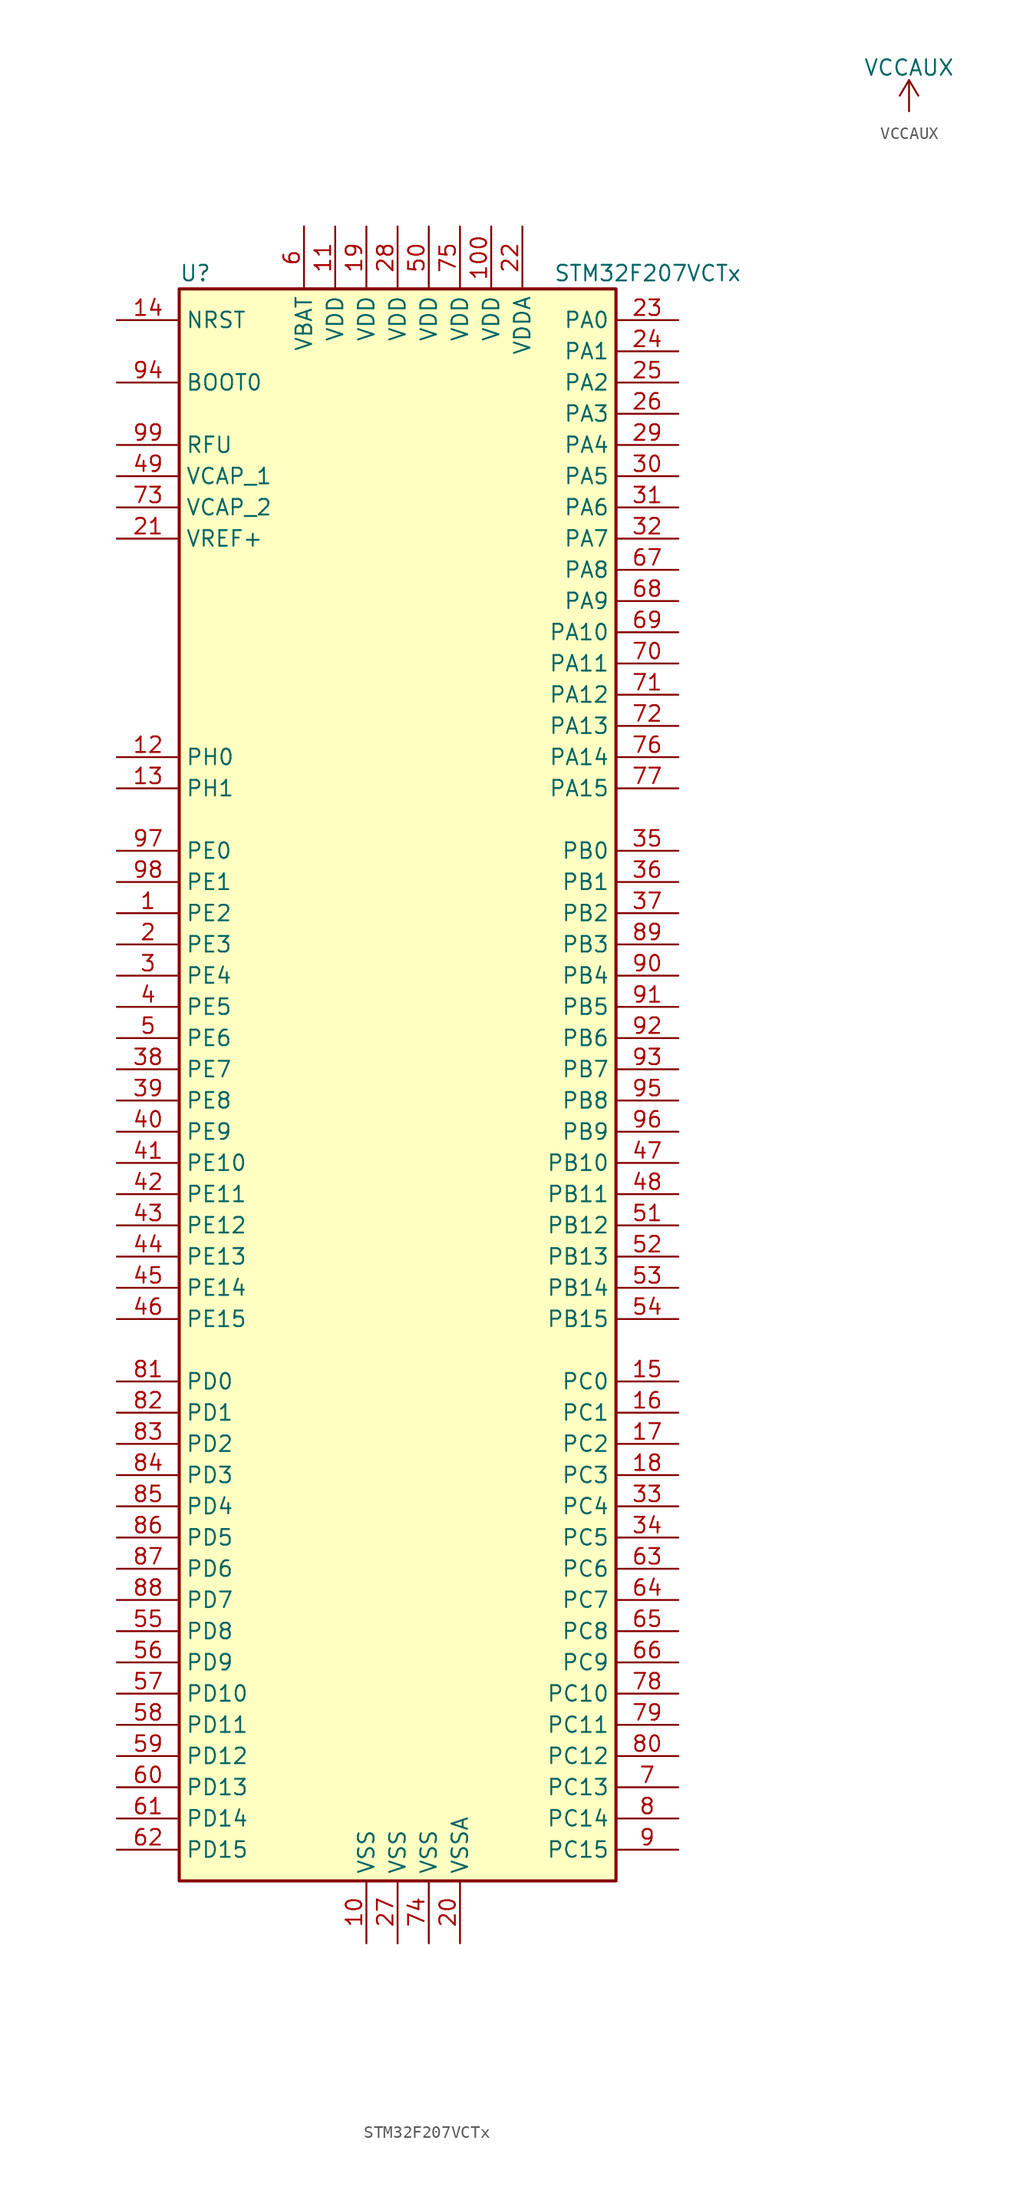
<source format=kicad_sym>
(kicad_symbol_lib
  (version 20211014)
  (generator kicad_symbol_editor)
  (symbol "STM32F207VCTx"
    (property "Reference" "U"
      (at -17.78 64.77 0)
      (effects (font (size 1.27 1.27)) (justify left)))
    (property "Value" "STM32F207VCTx"
      (at 12.7 64.77 0)
      (effects (font (size 1.27 1.27)) (justify left)))
    (symbol "STM32F207VCTx_0_1"
      (rectangle (start -17.78 -66.04) (end 17.78 63.5) (stroke (width 0.254) (type default) (color 0 0 0 0)) (fill (type background))))
    (symbol "STM32F207VCTx_1_1"
      (pin bidirectional line (at -22.86 12.7 0) (length 5.08) (name "PE2" (effects (font (size 1.27 1.27)))) (number "1" (effects (font (size 1.27 1.27)))))
      (pin power_in line (at -2.54 -71.12 90) (length 5.08) (name "VSS" (effects (font (size 1.27 1.27)))) (number "10" (effects (font (size 1.27 1.27)))))
      (pin power_in line (at 7.62 68.58 270) (length 5.08) (name "VDD" (effects (font (size 1.27 1.27)))) (number "100" (effects (font (size 1.27 1.27)))))
      (pin power_in line (at -5.08 68.58 270) (length 5.08) (name "VDD" (effects (font (size 1.27 1.27)))) (number "11" (effects (font (size 1.27 1.27)))))
      (pin input line (at -22.86 25.4 0) (length 5.08) (name "PH0" (effects (font (size 1.27 1.27)))) (number "12" (effects (font (size 1.27 1.27)))))
      (pin input line (at -22.86 22.86 0) (length 5.08) (name "PH1" (effects (font (size 1.27 1.27)))) (number "13" (effects (font (size 1.27 1.27)))))
      (pin input line (at -22.86 60.96 0) (length 5.08) (name "NRST" (effects (font (size 1.27 1.27)))) (number "14" (effects (font (size 1.27 1.27)))))
      (pin bidirectional line (at 22.86 -25.4 180) (length 5.08) (name "PC0" (effects (font (size 1.27 1.27)))) (number "15" (effects (font (size 1.27 1.27)))))
      (pin bidirectional line (at 22.86 -27.94 180) (length 5.08) (name "PC1" (effects (font (size 1.27 1.27)))) (number "16" (effects (font (size 1.27 1.27)))))
      (pin bidirectional line (at 22.86 -30.48 180) (length 5.08) (name "PC2" (effects (font (size 1.27 1.27)))) (number "17" (effects (font (size 1.27 1.27)))))
      (pin bidirectional line (at 22.86 -33.02 180) (length 5.08) (name "PC3" (effects (font (size 1.27 1.27)))) (number "18" (effects (font (size 1.27 1.27)))))
      (pin power_in line (at -2.54 68.58 270) (length 5.08) (name "VDD" (effects (font (size 1.27 1.27)))) (number "19" (effects (font (size 1.27 1.27)))))
      (pin bidirectional line (at -22.86 10.16 0) (length 5.08) (name "PE3" (effects (font (size 1.27 1.27)))) (number "2" (effects (font (size 1.27 1.27)))))
      (pin power_in line (at 5.08 -71.12 90) (length 5.08) (name "VSSA" (effects (font (size 1.27 1.27)))) (number "20" (effects (font (size 1.27 1.27)))))
      (pin power_in line (at -22.86 43.18 0) (length 5.08) (name "VREF+" (effects (font (size 1.27 1.27)))) (number "21" (effects (font (size 1.27 1.27)))))
      (pin power_in line (at 10.16 68.58 270) (length 5.08) (name "VDDA" (effects (font (size 1.27 1.27)))) (number "22" (effects (font (size 1.27 1.27)))))
      (pin bidirectional line (at 22.86 60.96 180) (length 5.08) (name "PA0" (effects (font (size 1.27 1.27)))) (number "23" (effects (font (size 1.27 1.27)))))
      (pin bidirectional line (at 22.86 58.42 180) (length 5.08) (name "PA1" (effects (font (size 1.27 1.27)))) (number "24" (effects (font (size 1.27 1.27)))))
      (pin bidirectional line (at 22.86 55.88 180) (length 5.08) (name "PA2" (effects (font (size 1.27 1.27)))) (number "25" (effects (font (size 1.27 1.27)))))
      (pin bidirectional line (at 22.86 53.34 180) (length 5.08) (name "PA3" (effects (font (size 1.27 1.27)))) (number "26" (effects (font (size 1.27 1.27)))))
      (pin power_in line (at 0 -71.12 90) (length 5.08) (name "VSS" (effects (font (size 1.27 1.27)))) (number "27" (effects (font (size 1.27 1.27)))))
      (pin power_in line (at 0 68.58 270) (length 5.08) (name "VDD" (effects (font (size 1.27 1.27)))) (number "28" (effects (font (size 1.27 1.27)))))
      (pin bidirectional line (at 22.86 50.8 180) (length 5.08) (name "PA4" (effects (font (size 1.27 1.27)))) (number "29" (effects (font (size 1.27 1.27)))))
      (pin bidirectional line (at -22.86 7.62 0) (length 5.08) (name "PE4" (effects (font (size 1.27 1.27)))) (number "3" (effects (font (size 1.27 1.27)))))
      (pin bidirectional line (at 22.86 48.26 180) (length 5.08) (name "PA5" (effects (font (size 1.27 1.27)))) (number "30" (effects (font (size 1.27 1.27)))))
      (pin bidirectional line (at 22.86 45.72 180) (length 5.08) (name "PA6" (effects (font (size 1.27 1.27)))) (number "31" (effects (font (size 1.27 1.27)))))
      (pin bidirectional line (at 22.86 43.18 180) (length 5.08) (name "PA7" (effects (font (size 1.27 1.27)))) (number "32" (effects (font (size 1.27 1.27)))))
      (pin bidirectional line (at 22.86 -35.56 180) (length 5.08) (name "PC4" (effects (font (size 1.27 1.27)))) (number "33" (effects (font (size 1.27 1.27)))))
      (pin bidirectional line (at 22.86 -38.1 180) (length 5.08) (name "PC5" (effects (font (size 1.27 1.27)))) (number "34" (effects (font (size 1.27 1.27)))))
      (pin bidirectional line (at 22.86 17.78 180) (length 5.08) (name "PB0" (effects (font (size 1.27 1.27)))) (number "35" (effects (font (size 1.27 1.27)))))
      (pin bidirectional line (at 22.86 15.24 180) (length 5.08) (name "PB1" (effects (font (size 1.27 1.27)))) (number "36" (effects (font (size 1.27 1.27)))))
      (pin bidirectional line (at 22.86 12.7 180) (length 5.08) (name "PB2" (effects (font (size 1.27 1.27)))) (number "37" (effects (font (size 1.27 1.27)))))
      (pin bidirectional line (at -22.86 0 0) (length 5.08) (name "PE7" (effects (font (size 1.27 1.27)))) (number "38" (effects (font (size 1.27 1.27)))))
      (pin bidirectional line (at -22.86 -2.54 0) (length 5.08) (name "PE8" (effects (font (size 1.27 1.27)))) (number "39" (effects (font (size 1.27 1.27)))))
      (pin bidirectional line (at -22.86 5.08 0) (length 5.08) (name "PE5" (effects (font (size 1.27 1.27)))) (number "4" (effects (font (size 1.27 1.27)))))
      (pin bidirectional line (at -22.86 -5.08 0) (length 5.08) (name "PE9" (effects (font (size 1.27 1.27)))) (number "40" (effects (font (size 1.27 1.27)))))
      (pin bidirectional line (at -22.86 -7.62 0) (length 5.08) (name "PE10" (effects (font (size 1.27 1.27)))) (number "41" (effects (font (size 1.27 1.27)))))
      (pin bidirectional line (at -22.86 -10.16 0) (length 5.08) (name "PE11" (effects (font (size 1.27 1.27)))) (number "42" (effects (font (size 1.27 1.27)))))
      (pin bidirectional line (at -22.86 -12.7 0) (length 5.08) (name "PE12" (effects (font (size 1.27 1.27)))) (number "43" (effects (font (size 1.27 1.27)))))
      (pin bidirectional line (at -22.86 -15.24 0) (length 5.08) (name "PE13" (effects (font (size 1.27 1.27)))) (number "44" (effects (font (size 1.27 1.27)))))
      (pin bidirectional line (at -22.86 -17.78 0) (length 5.08) (name "PE14" (effects (font (size 1.27 1.27)))) (number "45" (effects (font (size 1.27 1.27)))))
      (pin bidirectional line (at -22.86 -20.32 0) (length 5.08) (name "PE15" (effects (font (size 1.27 1.27)))) (number "46" (effects (font (size 1.27 1.27)))))
      (pin bidirectional line (at 22.86 -7.62 180) (length 5.08) (name "PB10" (effects (font (size 1.27 1.27)))) (number "47" (effects (font (size 1.27 1.27)))))
      (pin bidirectional line (at 22.86 -10.16 180) (length 5.08) (name "PB11" (effects (font (size 1.27 1.27)))) (number "48" (effects (font (size 1.27 1.27)))))
      (pin passive line (at -22.86 48.26 0) (length 5.08) (name "VCAP_1" (effects (font (size 1.27 1.27)))) (number "49" (effects (font (size 1.27 1.27)))))
      (pin bidirectional line (at -22.86 2.54 0) (length 5.08) (name "PE6" (effects (font (size 1.27 1.27)))) (number "5" (effects (font (size 1.27 1.27)))))
      (pin power_in line (at 2.54 68.58 270) (length 5.08) (name "VDD" (effects (font (size 1.27 1.27)))) (number "50" (effects (font (size 1.27 1.27)))))
      (pin bidirectional line (at 22.86 -12.7 180) (length 5.08) (name "PB12" (effects (font (size 1.27 1.27)))) (number "51" (effects (font (size 1.27 1.27)))))
      (pin bidirectional line (at 22.86 -15.24 180) (length 5.08) (name "PB13" (effects (font (size 1.27 1.27)))) (number "52" (effects (font (size 1.27 1.27)))))
      (pin bidirectional line (at 22.86 -17.78 180) (length 5.08) (name "PB14" (effects (font (size 1.27 1.27)))) (number "53" (effects (font (size 1.27 1.27)))))
      (pin bidirectional line (at 22.86 -20.32 180) (length 5.08) (name "PB15" (effects (font (size 1.27 1.27)))) (number "54" (effects (font (size 1.27 1.27)))))
      (pin bidirectional line (at -22.86 -45.72 0) (length 5.08) (name "PD8" (effects (font (size 1.27 1.27)))) (number "55" (effects (font (size 1.27 1.27)))))
      (pin bidirectional line (at -22.86 -48.26 0) (length 5.08) (name "PD9" (effects (font (size 1.27 1.27)))) (number "56" (effects (font (size 1.27 1.27)))))
      (pin bidirectional line (at -22.86 -50.8 0) (length 5.08) (name "PD10" (effects (font (size 1.27 1.27)))) (number "57" (effects (font (size 1.27 1.27)))))
      (pin bidirectional line (at -22.86 -53.34 0) (length 5.08) (name "PD11" (effects (font (size 1.27 1.27)))) (number "58" (effects (font (size 1.27 1.27)))))
      (pin bidirectional line (at -22.86 -55.88 0) (length 5.08) (name "PD12" (effects (font (size 1.27 1.27)))) (number "59" (effects (font (size 1.27 1.27)))))
      (pin power_in line (at -7.62 68.58 270) (length 5.08) (name "VBAT" (effects (font (size 1.27 1.27)))) (number "6" (effects (font (size 1.27 1.27)))))
      (pin bidirectional line (at -22.86 -58.42 0) (length 5.08) (name "PD13" (effects (font (size 1.27 1.27)))) (number "60" (effects (font (size 1.27 1.27)))))
      (pin bidirectional line (at -22.86 -60.96 0) (length 5.08) (name "PD14" (effects (font (size 1.27 1.27)))) (number "61" (effects (font (size 1.27 1.27)))))
      (pin bidirectional line (at -22.86 -63.5 0) (length 5.08) (name "PD15" (effects (font (size 1.27 1.27)))) (number "62" (effects (font (size 1.27 1.27)))))
      (pin bidirectional line (at 22.86 -40.64 180) (length 5.08) (name "PC6" (effects (font (size 1.27 1.27)))) (number "63" (effects (font (size 1.27 1.27)))))
      (pin bidirectional line (at 22.86 -43.18 180) (length 5.08) (name "PC7" (effects (font (size 1.27 1.27)))) (number "64" (effects (font (size 1.27 1.27)))))
      (pin bidirectional line (at 22.86 -45.72 180) (length 5.08) (name "PC8" (effects (font (size 1.27 1.27)))) (number "65" (effects (font (size 1.27 1.27)))))
      (pin bidirectional line (at 22.86 -48.26 180) (length 5.08) (name "PC9" (effects (font (size 1.27 1.27)))) (number "66" (effects (font (size 1.27 1.27)))))
      (pin bidirectional line (at 22.86 40.64 180) (length 5.08) (name "PA8" (effects (font (size 1.27 1.27)))) (number "67" (effects (font (size 1.27 1.27)))))
      (pin bidirectional line (at 22.86 38.1 180) (length 5.08) (name "PA9" (effects (font (size 1.27 1.27)))) (number "68" (effects (font (size 1.27 1.27)))))
      (pin bidirectional line (at 22.86 35.56 180) (length 5.08) (name "PA10" (effects (font (size 1.27 1.27)))) (number "69" (effects (font (size 1.27 1.27)))))
      (pin bidirectional line (at 22.86 -58.42 180) (length 5.08) (name "PC13" (effects (font (size 1.27 1.27)))) (number "7" (effects (font (size 1.27 1.27)))))
      (pin bidirectional line (at 22.86 33.02 180) (length 5.08) (name "PA11" (effects (font (size 1.27 1.27)))) (number "70" (effects (font (size 1.27 1.27)))))
      (pin bidirectional line (at 22.86 30.48 180) (length 5.08) (name "PA12" (effects (font (size 1.27 1.27)))) (number "71" (effects (font (size 1.27 1.27)))))
      (pin bidirectional line (at 22.86 27.94 180) (length 5.08) (name "PA13" (effects (font (size 1.27 1.27)))) (number "72" (effects (font (size 1.27 1.27)))))
      (pin passive line (at -22.86 45.72 0) (length 5.08) (name "VCAP_2" (effects (font (size 1.27 1.27)))) (number "73" (effects (font (size 1.27 1.27)))))
      (pin power_in line (at 2.54 -71.12 90) (length 5.08) (name "VSS" (effects (font (size 1.27 1.27)))) (number "74" (effects (font (size 1.27 1.27)))))
      (pin power_in line (at 5.08 68.58 270) (length 5.08) (name "VDD" (effects (font (size 1.27 1.27)))) (number "75" (effects (font (size 1.27 1.27)))))
      (pin bidirectional line (at 22.86 25.4 180) (length 5.08) (name "PA14" (effects (font (size 1.27 1.27)))) (number "76" (effects (font (size 1.27 1.27)))))
      (pin bidirectional line (at 22.86 22.86 180) (length 5.08) (name "PA15" (effects (font (size 1.27 1.27)))) (number "77" (effects (font (size 1.27 1.27)))))
      (pin bidirectional line (at 22.86 -50.8 180) (length 5.08) (name "PC10" (effects (font (size 1.27 1.27)))) (number "78" (effects (font (size 1.27 1.27)))))
      (pin bidirectional line (at 22.86 -53.34 180) (length 5.08) (name "PC11" (effects (font (size 1.27 1.27)))) (number "79" (effects (font (size 1.27 1.27)))))
      (pin bidirectional line (at 22.86 -60.96 180) (length 5.08) (name "PC14" (effects (font (size 1.27 1.27)))) (number "8" (effects (font (size 1.27 1.27)))))
      (pin bidirectional line (at 22.86 -55.88 180) (length 5.08) (name "PC12" (effects (font (size 1.27 1.27)))) (number "80" (effects (font (size 1.27 1.27)))))
      (pin bidirectional line (at -22.86 -25.4 0) (length 5.08) (name "PD0" (effects (font (size 1.27 1.27)))) (number "81" (effects (font (size 1.27 1.27)))))
      (pin bidirectional line (at -22.86 -27.94 0) (length 5.08) (name "PD1" (effects (font (size 1.27 1.27)))) (number "82" (effects (font (size 1.27 1.27)))))
      (pin bidirectional line (at -22.86 -30.48 0) (length 5.08) (name "PD2" (effects (font (size 1.27 1.27)))) (number "83" (effects (font (size 1.27 1.27)))))
      (pin bidirectional line (at -22.86 -33.02 0) (length 5.08) (name "PD3" (effects (font (size 1.27 1.27)))) (number "84" (effects (font (size 1.27 1.27)))))
      (pin bidirectional line (at -22.86 -35.56 0) (length 5.08) (name "PD4" (effects (font (size 1.27 1.27)))) (number "85" (effects (font (size 1.27 1.27)))))
      (pin bidirectional line (at -22.86 -38.1 0) (length 5.08) (name "PD5" (effects (font (size 1.27 1.27)))) (number "86" (effects (font (size 1.27 1.27)))))
      (pin bidirectional line (at -22.86 -40.64 0) (length 5.08) (name "PD6" (effects (font (size 1.27 1.27)))) (number "87" (effects (font (size 1.27 1.27)))))
      (pin bidirectional line (at -22.86 -43.18 0) (length 5.08) (name "PD7" (effects (font (size 1.27 1.27)))) (number "88" (effects (font (size 1.27 1.27)))))
      (pin bidirectional line (at 22.86 10.16 180) (length 5.08) (name "PB3" (effects (font (size 1.27 1.27)))) (number "89" (effects (font (size 1.27 1.27)))))
      (pin bidirectional line (at 22.86 -63.5 180) (length 5.08) (name "PC15" (effects (font (size 1.27 1.27)))) (number "9" (effects (font (size 1.27 1.27)))))
      (pin bidirectional line (at 22.86 7.62 180) (length 5.08) (name "PB4" (effects (font (size 1.27 1.27)))) (number "90" (effects (font (size 1.27 1.27)))))
      (pin bidirectional line (at 22.86 5.08 180) (length 5.08) (name "PB5" (effects (font (size 1.27 1.27)))) (number "91" (effects (font (size 1.27 1.27)))))
      (pin bidirectional line (at 22.86 2.54 180) (length 5.08) (name "PB6" (effects (font (size 1.27 1.27)))) (number "92" (effects (font (size 1.27 1.27)))))
      (pin bidirectional line (at 22.86 0 180) (length 5.08) (name "PB7" (effects (font (size 1.27 1.27)))) (number "93" (effects (font (size 1.27 1.27)))))
      (pin input line (at -22.86 55.88 0) (length 5.08) (name "BOOT0" (effects (font (size 1.27 1.27)))) (number "94" (effects (font (size 1.27 1.27)))))
      (pin bidirectional line (at 22.86 -2.54 180) (length 5.08) (name "PB8" (effects (font (size 1.27 1.27)))) (number "95" (effects (font (size 1.27 1.27)))))
      (pin bidirectional line (at 22.86 -5.08 180) (length 5.08) (name "PB9" (effects (font (size 1.27 1.27)))) (number "96" (effects (font (size 1.27 1.27)))))
      (pin bidirectional line (at -22.86 17.78 0) (length 5.08) (name "PE0" (effects (font (size 1.27 1.27)))) (number "97" (effects (font (size 1.27 1.27)))))
      (pin bidirectional line (at -22.86 15.24 0) (length 5.08) (name "PE1" (effects (font (size 1.27 1.27)))) (number "98" (effects (font (size 1.27 1.27)))))
      (pin power_in line (at -22.86 50.8 0) (length 5.08) (name "RFU" (effects (font (size 1.27 1.27)))) (number "99" (effects (font (size 1.27 1.27)))))))
  (symbol "VCCAUX"
    (power)
    (pin_names
      (offset 0))
    (property "Reference" "#PWR"
      (at 0 -3.81 0)
      (effects (font (size 1.27 1.27)) hide))
    (property "Value" "VCCAUX"
      (at 0 3.556 0)
      (effects (font (size 1.27 1.27))))
    (symbol "VCCAUX_0_1"
      (polyline (pts (xy -0.762 1.27) (xy 0 2.54)) (stroke (width 0) (type default) (color 0 0 0 0)) (fill (type none)))
      (polyline (pts (xy 0 0) (xy 0 2.54)) (stroke (width 0) (type default) (color 0 0 0 0)) (fill (type none)))
      (polyline (pts (xy 0 2.54) (xy 0.762 1.27)) (stroke (width 0) (type default) (color 0 0 0 0)) (fill (type none))))
    (symbol "VCCAUX_1_1"
      (pin power_in line (at 0 0 90) (length 0) hide (name "VCCAUX" (effects (font (size 1.27 1.27)))) (number "1" (effects (font (size 1.27 1.27))))))))
</source>
